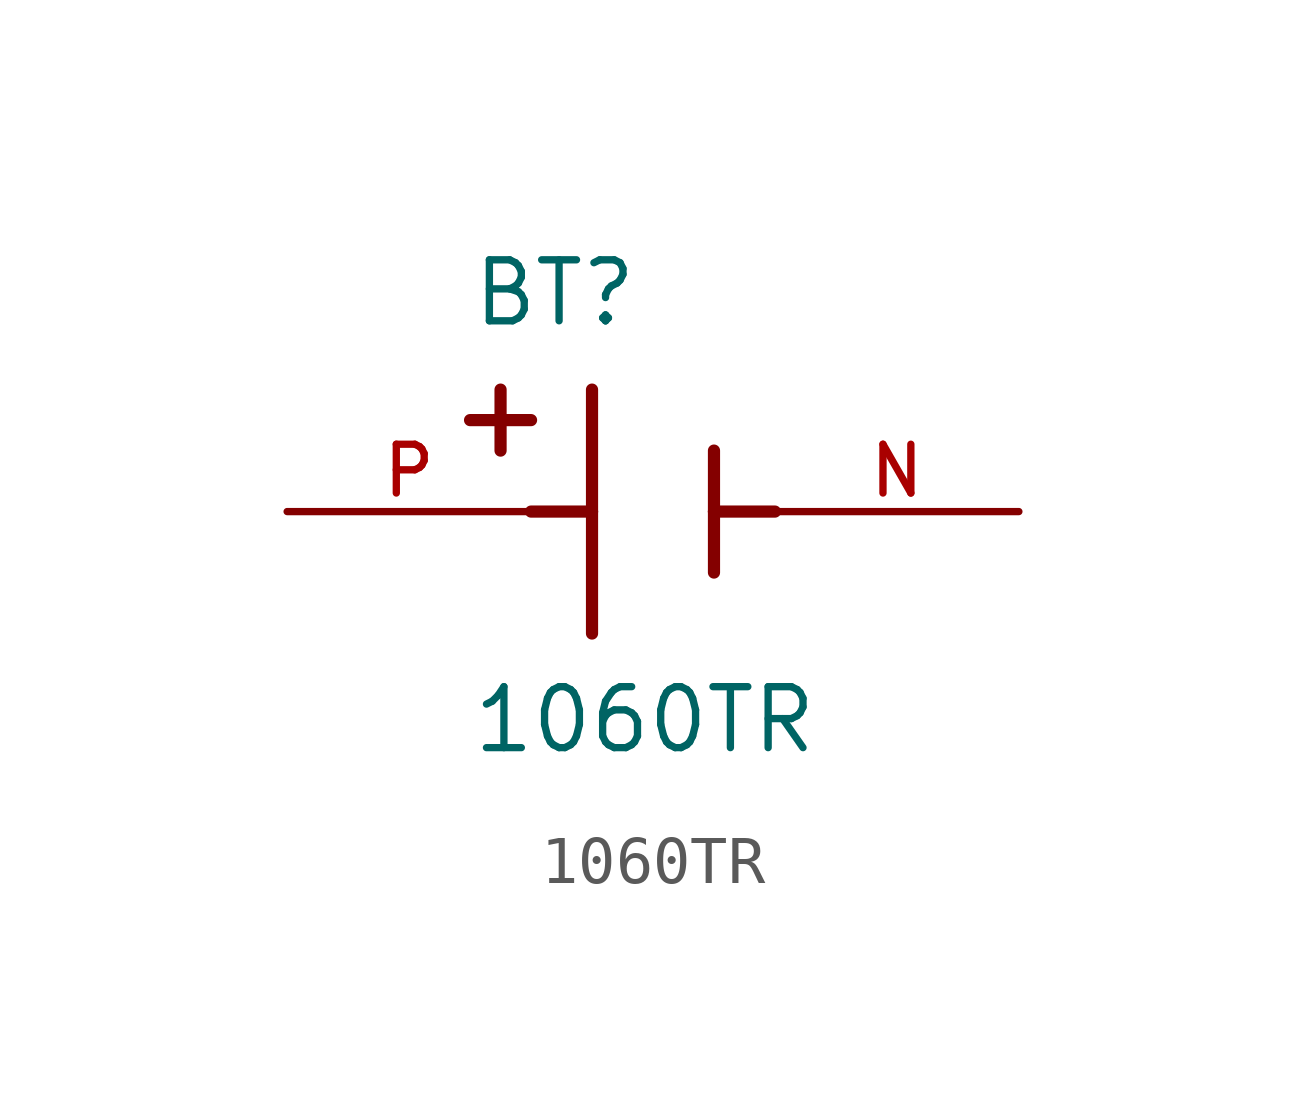
<source format=kicad_sym>
(kicad_symbol_lib
  (version 20211014)
  (generator kicad_symbol_editor)
  (symbol "1060TR"
    (pin_names
      (offset 1.016))
    (property "Reference" "BT"
      (at -3.81 3.81 0)
      (effects (font (size 1.27 1.27)) (justify bottom left)))
    (property "Value" "1060TR"
      (at -3.81 -5.08 0)
      (effects (font (size 1.27 1.27)) (justify bottom left)))
    (symbol "1060TR_0_0"
      (polyline (pts (xy -1.27 2.54) (xy -1.27 0.0)) (stroke (width 0.254)))
      (polyline (pts (xy -1.27 0.0) (xy -1.27 -2.54)) (stroke (width 0.254)))
      (polyline (pts (xy 1.27 1.27) (xy 1.27 0.0)) (stroke (width 0.254)))
      (polyline (pts (xy 1.27 0.0) (xy 1.27 -1.27)) (stroke (width 0.254)))
      (polyline (pts (xy -1.27 0.0) (xy -2.54 0.0)) (stroke (width 0.254)))
      (polyline (pts (xy 1.27 0.0) (xy 2.54 0.0)) (stroke (width 0.254)))
      (polyline (pts (xy -3.175 2.54) (xy -3.175 1.27)) (stroke (width 0.254)))
      (polyline (pts (xy -3.81 1.905) (xy -2.54 1.905)) (stroke (width 0.254)))
      (pin passive line (at -7.62 0.0 0) (length 5.08) (name "~" (effects (font (size 1.016 1.016)))) (number "P" (effects (font (size 1.016 1.016)))))
      (pin passive line (at 7.62 0.0 180.0) (length 5.08) (name "~" (effects (font (size 1.016 1.016)))) (number "N" (effects (font (size 1.016 1.016))))))))
</source>
